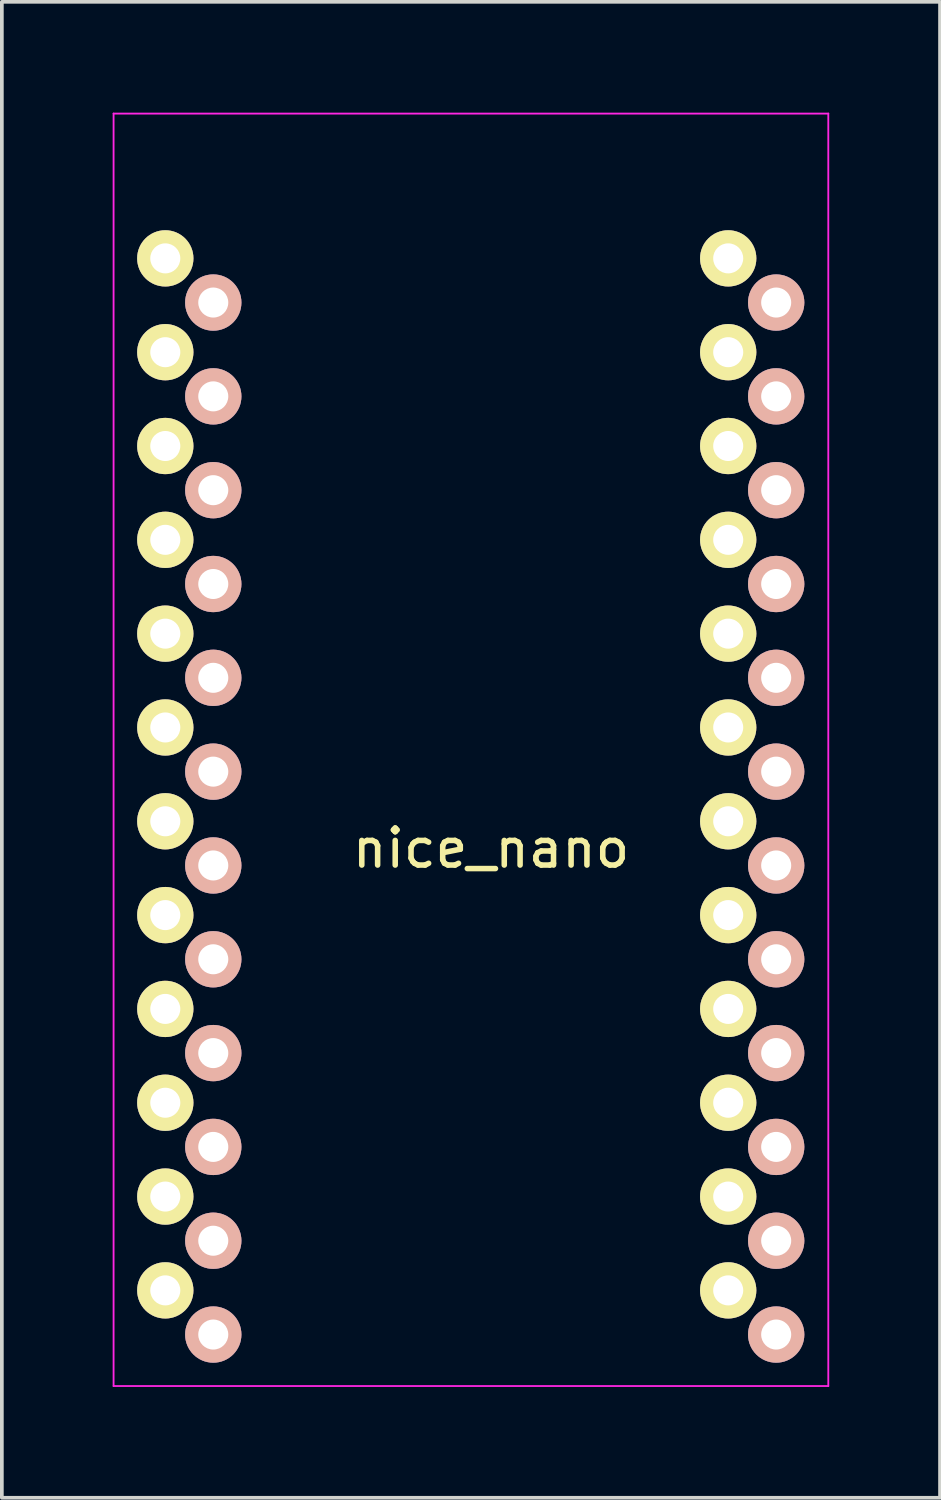
<source format=kicad_pcb>
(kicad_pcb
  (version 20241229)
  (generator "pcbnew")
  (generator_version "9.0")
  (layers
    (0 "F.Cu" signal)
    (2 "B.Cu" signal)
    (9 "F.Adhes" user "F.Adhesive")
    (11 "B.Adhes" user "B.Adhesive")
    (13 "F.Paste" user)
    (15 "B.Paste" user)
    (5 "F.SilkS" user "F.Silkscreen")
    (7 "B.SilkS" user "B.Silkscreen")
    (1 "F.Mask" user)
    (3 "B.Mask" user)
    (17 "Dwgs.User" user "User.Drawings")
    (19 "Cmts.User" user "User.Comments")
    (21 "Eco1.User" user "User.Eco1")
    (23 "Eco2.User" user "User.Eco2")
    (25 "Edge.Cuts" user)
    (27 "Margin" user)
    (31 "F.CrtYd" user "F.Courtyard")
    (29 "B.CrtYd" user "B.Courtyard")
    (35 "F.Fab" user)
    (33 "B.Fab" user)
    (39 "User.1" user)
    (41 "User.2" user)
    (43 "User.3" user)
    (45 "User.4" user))
  (footprint "nice_nano"
    (layer "F.Cu")
    (at 10.245 18.715)
    (property "Reference" "nice_nano" (at 0 1.2 0) (layer "F.SilkS") (effects (font (size 1 1) (thickness 0.15))))
    (attr through_hole)
    (fp_line (start -10.22 -18.69) (end 9.13 -18.69) (stroke (width 0.05) (type solid)) (layer "F.CrtYd"))
    (fp_line (start -10.22 15.76) (end -10.22 -18.69) (stroke (width 0.05) (type solid)) (layer "F.CrtYd"))
    (fp_line (start 9.13 -18.69) (end 9.13 15.76) (stroke (width 0.05) (type solid)) (layer "F.CrtYd"))
    (fp_line (start 9.13 15.76) (end -10.22 15.76) (stroke (width 0.05) (type solid)) (layer "F.CrtYd"))
    (pad "1" thru_hole circle (at -8.82 -14.77) (size 1.524 1.524) (drill 0.813) (layers "*.Cu" "*.Mask" "F.SilkS"))
    (pad "1" thru_hole circle (at 7.719 -13.574 180) (size 1.524 1.524) (drill 0.813) (layers "*.Cu" "*.Mask" "B.SilkS"))
    (pad "2" thru_hole circle (at -8.82 -12.23) (size 1.524 1.524) (drill 0.813) (layers "*.Cu" "*.Mask" "F.SilkS"))
    (pad "2" thru_hole circle (at 7.719 -11.034 180) (size 1.524 1.524) (drill 0.813) (layers "*.Cu" "*.Mask" "B.SilkS"))
    (pad "3" thru_hole circle (at -8.82 -9.69) (size 1.524 1.524) (drill 0.813) (layers "*.Cu" "*.Mask" "F.SilkS"))
    (pad "3" thru_hole circle (at 7.719 -8.494 180) (size 1.524 1.524) (drill 0.813) (layers "*.Cu" "*.Mask" "B.SilkS"))
    (pad "4" thru_hole circle (at -8.82 -7.15) (size 1.524 1.524) (drill 0.813) (layers "*.Cu" "*.Mask" "F.SilkS"))
    (pad "4" thru_hole circle (at 7.719 -5.954 180) (size 1.524 1.524) (drill 0.813) (layers "*.Cu" "*.Mask" "B.SilkS"))
    (pad "5" thru_hole circle (at -8.82 -4.61) (size 1.524 1.524) (drill 0.813) (layers "*.Cu" "*.Mask" "F.SilkS"))
    (pad "5" thru_hole circle (at 7.719 -3.414 180) (size 1.524 1.524) (drill 0.813) (layers "*.Cu" "*.Mask" "B.SilkS"))
    (pad "6" thru_hole circle (at -8.82 -2.07) (size 1.524 1.524) (drill 0.813) (layers "*.Cu" "*.Mask" "F.SilkS"))
    (pad "6" thru_hole circle (at 7.719 -0.874 180) (size 1.524 1.524) (drill 0.813) (layers "*.Cu" "*.Mask" "B.SilkS"))
    (pad "7" thru_hole circle (at -8.82 0.47) (size 1.524 1.524) (drill 0.813) (layers "*.Cu" "*.Mask" "F.SilkS"))
    (pad "7" thru_hole circle (at 7.719 1.666 180) (size 1.524 1.524) (drill 0.813) (layers "*.Cu" "*.Mask" "B.SilkS"))
    (pad "8" thru_hole circle (at -8.82 3.01) (size 1.524 1.524) (drill 0.813) (layers "*.Cu" "*.Mask" "F.SilkS"))
    (pad "8" thru_hole circle (at 7.719 4.206 180) (size 1.524 1.524) (drill 0.813) (layers "*.Cu" "*.Mask" "B.SilkS"))
    (pad "9" thru_hole circle (at -8.82 5.55) (size 1.524 1.524) (drill 0.813) (layers "*.Cu" "*.Mask" "F.SilkS"))
    (pad "9" thru_hole circle (at 7.719 6.746 180) (size 1.524 1.524) (drill 0.813) (layers "*.Cu" "*.Mask" "B.SilkS"))
    (pad "10" thru_hole circle (at -8.82 8.09) (size 1.524 1.524) (drill 0.813) (layers "*.Cu" "*.Mask" "F.SilkS"))
    (pad "10" thru_hole circle (at 7.719 9.286 180) (size 1.524 1.524) (drill 0.813) (layers "*.Cu" "*.Mask" "B.SilkS"))
    (pad "11" thru_hole circle (at -8.82 10.63) (size 1.524 1.524) (drill 0.813) (layers "*.Cu" "*.Mask" "F.SilkS"))
    (pad "11" thru_hole circle (at 7.719 11.826 180) (size 1.524 1.524) (drill 0.813) (layers "*.Cu" "*.Mask" "B.SilkS"))
    (pad "12" thru_hole circle (at -8.82 13.17) (size 1.524 1.524) (drill 0.813) (layers "*.Cu" "*.Mask" "F.SilkS"))
    (pad "12" thru_hole circle (at 7.719 14.366 180) (size 1.524 1.524) (drill 0.813) (layers "*.Cu" "*.Mask" "B.SilkS"))
    (pad "13" thru_hole circle (at -7.521 14.366 180) (size 1.524 1.524) (drill 0.813) (layers "*.Cu" "*.Mask" "B.SilkS"))
    (pad "13" thru_hole circle (at 6.42 13.17) (size 1.524 1.524) (drill 0.813) (layers "*.Cu" "*.Mask" "F.SilkS"))
    (pad "14" thru_hole circle (at -7.521 11.826 180) (size 1.524 1.524) (drill 0.813) (layers "*.Cu" "*.Mask" "B.SilkS"))
    (pad "14" thru_hole circle (at 6.42 10.63) (size 1.524 1.524) (drill 0.813) (layers "*.Cu" "*.Mask" "F.SilkS"))
    (pad "15" thru_hole circle (at -7.521 9.286 180) (size 1.524 1.524) (drill 0.813) (layers "*.Cu" "*.Mask" "B.SilkS"))
    (pad "15" thru_hole circle (at 6.42 8.09) (size 1.524 1.524) (drill 0.813) (layers "*.Cu" "*.Mask" "F.SilkS"))
    (pad "16" thru_hole circle (at -7.521 6.746 180) (size 1.524 1.524) (drill 0.813) (layers "*.Cu" "*.Mask" "B.SilkS"))
    (pad "16" thru_hole circle (at 6.42 5.55) (size 1.524 1.524) (drill 0.813) (layers "*.Cu" "*.Mask" "F.SilkS"))
    (pad "17" thru_hole circle (at -7.521 4.206 180) (size 1.524 1.524) (drill 0.813) (layers "*.Cu" "*.Mask" "B.SilkS"))
    (pad "17" thru_hole circle (at 6.42 3.01) (size 1.524 1.524) (drill 0.813) (layers "*.Cu" "*.Mask" "F.SilkS"))
    (pad "18" thru_hole circle (at -7.521 1.666 180) (size 1.524 1.524) (drill 0.813) (layers "*.Cu" "*.Mask" "B.SilkS"))
    (pad "18" thru_hole circle (at 6.42 0.47) (size 1.524 1.524) (drill 0.813) (layers "*.Cu" "*.Mask" "F.SilkS"))
    (pad "19" thru_hole circle (at -7.521 -0.874 180) (size 1.524 1.524) (drill 0.813) (layers "*.Cu" "*.Mask" "B.SilkS"))
    (pad "19" thru_hole circle (at 6.42 -2.07) (size 1.524 1.524) (drill 0.813) (layers "*.Cu" "*.Mask" "F.SilkS"))
    (pad "20" thru_hole circle (at -7.521 -3.414 180) (size 1.524 1.524) (drill 0.813) (layers "*.Cu" "*.Mask" "B.SilkS"))
    (pad "20" thru_hole circle (at 6.42 -4.61) (size 1.524 1.524) (drill 0.813) (layers "*.Cu" "*.Mask" "F.SilkS"))
    (pad "21" thru_hole circle (at -7.521 -5.954 180) (size 1.524 1.524) (drill 0.813) (layers "*.Cu" "*.Mask" "B.SilkS"))
    (pad "21" thru_hole circle (at 6.42 -7.15) (size 1.524 1.524) (drill 0.813) (layers "*.Cu" "*.Mask" "F.SilkS"))
    (pad "22" thru_hole circle (at -7.521 -8.494 180) (size 1.524 1.524) (drill 0.813) (layers "*.Cu" "*.Mask" "B.SilkS"))
    (pad "22" thru_hole circle (at 6.42 -9.69) (size 1.524 1.524) (drill 0.813) (layers "*.Cu" "*.Mask" "F.SilkS"))
    (pad "23" thru_hole circle (at -7.521 -11.034 180) (size 1.524 1.524) (drill 0.813) (layers "*.Cu" "*.Mask" "B.SilkS"))
    (pad "23" thru_hole circle (at 6.42 -12.23) (size 1.524 1.524) (drill 0.813) (layers "*.Cu" "*.Mask" "F.SilkS"))
    (pad "24" thru_hole circle (at -7.521 -13.574 180) (size 1.524 1.524) (drill 0.813) (layers "*.Cu" "*.Mask" "B.SilkS"))
    (pad "24" thru_hole circle (at 6.42 -14.77) (size 1.524 1.524) (drill 0.813) (layers "*.Cu" "*.Mask" "F.SilkS")))
  (gr_rect
    (start -3 -3)
    (end 22.4 37.5)
    (stroke (width 0.1) (type default))
    (fill no)
    (layer "Edge.Cuts")))
</source>
